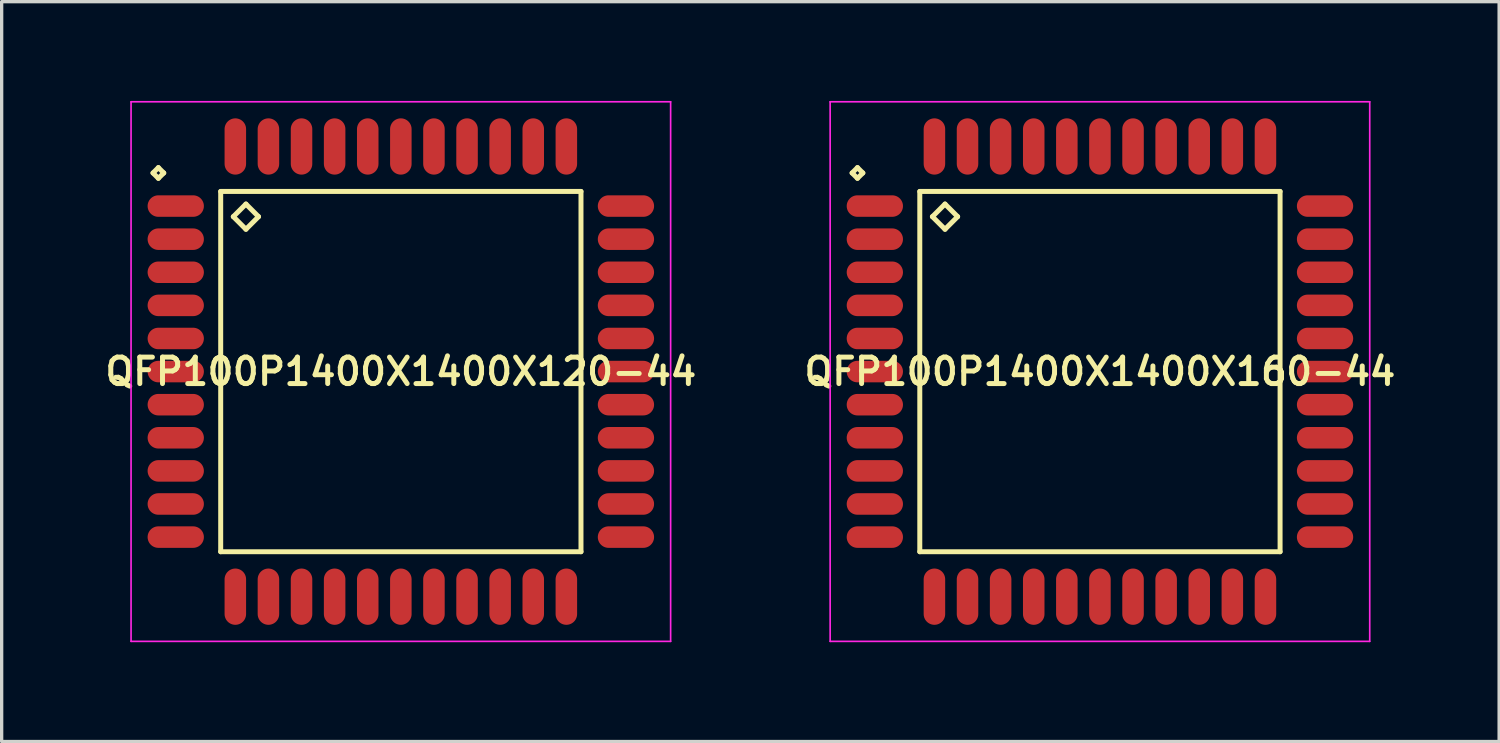
<source format=kicad_pcb>
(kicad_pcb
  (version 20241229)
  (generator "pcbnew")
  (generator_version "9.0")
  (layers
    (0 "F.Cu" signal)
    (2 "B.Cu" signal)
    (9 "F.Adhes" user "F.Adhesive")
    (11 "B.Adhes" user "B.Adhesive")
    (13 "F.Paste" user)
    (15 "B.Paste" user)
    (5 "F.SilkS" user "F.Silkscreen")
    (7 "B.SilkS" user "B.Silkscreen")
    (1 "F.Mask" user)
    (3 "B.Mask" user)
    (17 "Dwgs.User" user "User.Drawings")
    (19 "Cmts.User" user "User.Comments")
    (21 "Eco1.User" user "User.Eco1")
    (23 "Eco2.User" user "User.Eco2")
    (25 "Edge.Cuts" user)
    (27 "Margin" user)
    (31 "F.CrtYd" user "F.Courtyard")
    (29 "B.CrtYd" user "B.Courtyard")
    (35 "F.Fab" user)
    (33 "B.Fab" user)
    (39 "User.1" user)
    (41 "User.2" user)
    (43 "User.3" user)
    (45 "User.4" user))
  (footprint "QFP100P1400X1400X120-44"
    (layer "F.Cu")
    (at 9.059 8.175)
    (property "Reference" "QFP100P1400X1400X120-44" (at 0 0 0) (layer "F.SilkS") (effects (font (size 0.8 0.8) (thickness 0.15))))
    (attr smd)
    (fp_line (start -7.487 -6) (end -7.325 -6.162) (stroke (width 0.15) (type solid)) (layer "F.SilkS"))
    (fp_line (start -7.325 -6.162) (end -7.162 -6) (stroke (width 0.15) (type solid)) (layer "F.SilkS"))
    (fp_line (start -7.325 -5.838) (end -7.487 -6) (stroke (width 0.15) (type solid)) (layer "F.SilkS"))
    (fp_line (start -7.162 -6) (end -7.325 -5.838) (stroke (width 0.15) (type solid)) (layer "F.SilkS"))
    (fp_line (start -5.442 -5.442) (end -5.442 5.442) (stroke (width 0.15) (type solid)) (layer "F.SilkS"))
    (fp_line (start -5.442 5.442) (end 5.442 5.442) (stroke (width 0.15) (type solid)) (layer "F.SilkS"))
    (fp_line (start -5.061 -4.68) (end -4.68 -5.061) (stroke (width 0.15) (type solid)) (layer "F.SilkS"))
    (fp_line (start -4.68 -5.061) (end -4.299 -4.68) (stroke (width 0.15) (type solid)) (layer "F.SilkS"))
    (fp_line (start -4.68 -4.299) (end -5.061 -4.68) (stroke (width 0.15) (type solid)) (layer "F.SilkS"))
    (fp_line (start -4.299 -4.68) (end -4.68 -4.299) (stroke (width 0.15) (type solid)) (layer "F.SilkS"))
    (fp_line (start 5.442 -5.442) (end -5.442 -5.442) (stroke (width 0.15) (type solid)) (layer "F.SilkS"))
    (fp_line (start 5.442 5.442) (end 5.442 -5.442) (stroke (width 0.15) (type solid)) (layer "F.SilkS"))
    (fp_line (start -8.15 -8.15) (end 8.15 -8.15) (stroke (width 0.05) (type solid)) (layer "F.CrtYd"))
    (fp_line (start -8.15 8.15) (end -8.15 -8.15) (stroke (width 0.05) (type solid)) (layer "F.CrtYd"))
    (fp_line (start 8.15 -8.15) (end 8.15 8.15) (stroke (width 0.05) (type solid)) (layer "F.CrtYd"))
    (fp_line (start 8.15 8.15) (end -8.15 8.15) (stroke (width 0.05) (type solid)) (layer "F.CrtYd"))
    (pad "1" smd oval (at -6.8 -5) (size 1.7 0.65) (layers "F.Cu" "F.Mask" "F.Paste"))
    (pad "2" smd oval (at -6.8 -4) (size 1.7 0.65) (layers "F.Cu" "F.Mask" "F.Paste"))
    (pad "3" smd oval (at -6.8 -3) (size 1.7 0.65) (layers "F.Cu" "F.Mask" "F.Paste"))
    (pad "4" smd oval (at -6.8 -2) (size 1.7 0.65) (layers "F.Cu" "F.Mask" "F.Paste"))
    (pad "5" smd oval (at -6.8 -1) (size 1.7 0.65) (layers "F.Cu" "F.Mask" "F.Paste"))
    (pad "6" smd oval (at -6.8 0) (size 1.7 0.65) (layers "F.Cu" "F.Mask" "F.Paste"))
    (pad "7" smd oval (at -6.8 1) (size 1.7 0.65) (layers "F.Cu" "F.Mask" "F.Paste"))
    (pad "8" smd oval (at -6.8 2) (size 1.7 0.65) (layers "F.Cu" "F.Mask" "F.Paste"))
    (pad "9" smd oval (at -6.8 3) (size 1.7 0.65) (layers "F.Cu" "F.Mask" "F.Paste"))
    (pad "10" smd oval (at -6.8 4) (size 1.7 0.65) (layers "F.Cu" "F.Mask" "F.Paste"))
    (pad "11" smd oval (at -6.8 5) (size 1.7 0.65) (layers "F.Cu" "F.Mask" "F.Paste"))
    (pad "12" smd oval (at -5 6.8) (size 0.65 1.7) (layers "F.Cu" "F.Mask" "F.Paste"))
    (pad "13" smd oval (at -4 6.8) (size 0.65 1.7) (layers "F.Cu" "F.Mask" "F.Paste"))
    (pad "14" smd oval (at -3 6.8) (size 0.65 1.7) (layers "F.Cu" "F.Mask" "F.Paste"))
    (pad "15" smd oval (at -2 6.8) (size 0.65 1.7) (layers "F.Cu" "F.Mask" "F.Paste"))
    (pad "16" smd oval (at -1 6.8) (size 0.65 1.7) (layers "F.Cu" "F.Mask" "F.Paste"))
    (pad "17" smd oval (at 0 6.8) (size 0.65 1.7) (layers "F.Cu" "F.Mask" "F.Paste"))
    (pad "18" smd oval (at 1 6.8) (size 0.65 1.7) (layers "F.Cu" "F.Mask" "F.Paste"))
    (pad "19" smd oval (at 2 6.8) (size 0.65 1.7) (layers "F.Cu" "F.Mask" "F.Paste"))
    (pad "20" smd oval (at 3 6.8) (size 0.65 1.7) (layers "F.Cu" "F.Mask" "F.Paste"))
    (pad "21" smd oval (at 4 6.8) (size 0.65 1.7) (layers "F.Cu" "F.Mask" "F.Paste"))
    (pad "22" smd oval (at 5 6.8) (size 0.65 1.7) (layers "F.Cu" "F.Mask" "F.Paste"))
    (pad "23" smd oval (at 6.8 5) (size 1.7 0.65) (layers "F.Cu" "F.Mask" "F.Paste"))
    (pad "24" smd oval (at 6.8 4) (size 1.7 0.65) (layers "F.Cu" "F.Mask" "F.Paste"))
    (pad "25" smd oval (at 6.8 3) (size 1.7 0.65) (layers "F.Cu" "F.Mask" "F.Paste"))
    (pad "26" smd oval (at 6.8 2) (size 1.7 0.65) (layers "F.Cu" "F.Mask" "F.Paste"))
    (pad "27" smd oval (at 6.8 1) (size 1.7 0.65) (layers "F.Cu" "F.Mask" "F.Paste"))
    (pad "28" smd oval (at 6.8 0) (size 1.7 0.65) (layers "F.Cu" "F.Mask" "F.Paste"))
    (pad "29" smd oval (at 6.8 -1) (size 1.7 0.65) (layers "F.Cu" "F.Mask" "F.Paste"))
    (pad "30" smd oval (at 6.8 -2) (size 1.7 0.65) (layers "F.Cu" "F.Mask" "F.Paste"))
    (pad "31" smd oval (at 6.8 -3) (size 1.7 0.65) (layers "F.Cu" "F.Mask" "F.Paste"))
    (pad "32" smd oval (at 6.8 -4) (size 1.7 0.65) (layers "F.Cu" "F.Mask" "F.Paste"))
    (pad "33" smd oval (at 6.8 -5) (size 1.7 0.65) (layers "F.Cu" "F.Mask" "F.Paste"))
    (pad "34" smd oval (at 5 -6.8) (size 0.65 1.7) (layers "F.Cu" "F.Mask" "F.Paste"))
    (pad "35" smd oval (at 4 -6.8) (size 0.65 1.7) (layers "F.Cu" "F.Mask" "F.Paste"))
    (pad "36" smd oval (at 3 -6.8) (size 0.65 1.7) (layers "F.Cu" "F.Mask" "F.Paste"))
    (pad "37" smd oval (at 2 -6.8) (size 0.65 1.7) (layers "F.Cu" "F.Mask" "F.Paste"))
    (pad "38" smd oval (at 1 -6.8) (size 0.65 1.7) (layers "F.Cu" "F.Mask" "F.Paste"))
    (pad "39" smd oval (at 0 -6.8) (size 0.65 1.7) (layers "F.Cu" "F.Mask" "F.Paste"))
    (pad "40" smd oval (at -1 -6.8) (size 0.65 1.7) (layers "F.Cu" "F.Mask" "F.Paste"))
    (pad "41" smd oval (at -2 -6.8) (size 0.65 1.7) (layers "F.Cu" "F.Mask" "F.Paste"))
    (pad "42" smd oval (at -3 -6.8) (size 0.65 1.7) (layers "F.Cu" "F.Mask" "F.Paste"))
    (pad "43" smd oval (at -4 -6.8) (size 0.65 1.7) (layers "F.Cu" "F.Mask" "F.Paste"))
    (pad "44" smd oval (at -5 -6.8) (size 0.65 1.7) (layers "F.Cu" "F.Mask" "F.Paste")))
  (footprint "QFP100P1400X1400X160-44"
    (layer "F.Cu")
    (at 30.178 8.175)
    (property "Reference" "QFP100P1400X1400X160-44" (at 0 0 0) (layer "F.SilkS") (effects (font (size 0.8 0.8) (thickness 0.15))))
    (attr smd)
    (fp_line (start -7.487 -6) (end -7.325 -6.162) (stroke (width 0.15) (type solid)) (layer "F.SilkS"))
    (fp_line (start -7.325 -6.162) (end -7.162 -6) (stroke (width 0.15) (type solid)) (layer "F.SilkS"))
    (fp_line (start -7.325 -5.838) (end -7.487 -6) (stroke (width 0.15) (type solid)) (layer "F.SilkS"))
    (fp_line (start -7.162 -6) (end -7.325 -5.838) (stroke (width 0.15) (type solid)) (layer "F.SilkS"))
    (fp_line (start -5.442 -5.442) (end -5.442 5.442) (stroke (width 0.15) (type solid)) (layer "F.SilkS"))
    (fp_line (start -5.442 5.442) (end 5.442 5.442) (stroke (width 0.15) (type solid)) (layer "F.SilkS"))
    (fp_line (start -5.061 -4.68) (end -4.68 -5.061) (stroke (width 0.15) (type solid)) (layer "F.SilkS"))
    (fp_line (start -4.68 -5.061) (end -4.299 -4.68) (stroke (width 0.15) (type solid)) (layer "F.SilkS"))
    (fp_line (start -4.68 -4.299) (end -5.061 -4.68) (stroke (width 0.15) (type solid)) (layer "F.SilkS"))
    (fp_line (start -4.299 -4.68) (end -4.68 -4.299) (stroke (width 0.15) (type solid)) (layer "F.SilkS"))
    (fp_line (start 5.442 -5.442) (end -5.442 -5.442) (stroke (width 0.15) (type solid)) (layer "F.SilkS"))
    (fp_line (start 5.442 5.442) (end 5.442 -5.442) (stroke (width 0.15) (type solid)) (layer "F.SilkS"))
    (fp_line (start -8.15 -8.15) (end 8.15 -8.15) (stroke (width 0.05) (type solid)) (layer "F.CrtYd"))
    (fp_line (start -8.15 8.15) (end -8.15 -8.15) (stroke (width 0.05) (type solid)) (layer "F.CrtYd"))
    (fp_line (start 8.15 -8.15) (end 8.15 8.15) (stroke (width 0.05) (type solid)) (layer "F.CrtYd"))
    (fp_line (start 8.15 8.15) (end -8.15 8.15) (stroke (width 0.05) (type solid)) (layer "F.CrtYd"))
    (pad "1" smd oval (at -6.8 -5) (size 1.7 0.65) (layers "F.Cu" "F.Mask" "F.Paste"))
    (pad "2" smd oval (at -6.8 -4) (size 1.7 0.65) (layers "F.Cu" "F.Mask" "F.Paste"))
    (pad "3" smd oval (at -6.8 -3) (size 1.7 0.65) (layers "F.Cu" "F.Mask" "F.Paste"))
    (pad "4" smd oval (at -6.8 -2) (size 1.7 0.65) (layers "F.Cu" "F.Mask" "F.Paste"))
    (pad "5" smd oval (at -6.8 -1) (size 1.7 0.65) (layers "F.Cu" "F.Mask" "F.Paste"))
    (pad "6" smd oval (at -6.8 0) (size 1.7 0.65) (layers "F.Cu" "F.Mask" "F.Paste"))
    (pad "7" smd oval (at -6.8 1) (size 1.7 0.65) (layers "F.Cu" "F.Mask" "F.Paste"))
    (pad "8" smd oval (at -6.8 2) (size 1.7 0.65) (layers "F.Cu" "F.Mask" "F.Paste"))
    (pad "9" smd oval (at -6.8 3) (size 1.7 0.65) (layers "F.Cu" "F.Mask" "F.Paste"))
    (pad "10" smd oval (at -6.8 4) (size 1.7 0.65) (layers "F.Cu" "F.Mask" "F.Paste"))
    (pad "11" smd oval (at -6.8 5) (size 1.7 0.65) (layers "F.Cu" "F.Mask" "F.Paste"))
    (pad "12" smd oval (at -5 6.8) (size 0.65 1.7) (layers "F.Cu" "F.Mask" "F.Paste"))
    (pad "13" smd oval (at -4 6.8) (size 0.65 1.7) (layers "F.Cu" "F.Mask" "F.Paste"))
    (pad "14" smd oval (at -3 6.8) (size 0.65 1.7) (layers "F.Cu" "F.Mask" "F.Paste"))
    (pad "15" smd oval (at -2 6.8) (size 0.65 1.7) (layers "F.Cu" "F.Mask" "F.Paste"))
    (pad "16" smd oval (at -1 6.8) (size 0.65 1.7) (layers "F.Cu" "F.Mask" "F.Paste"))
    (pad "17" smd oval (at 0 6.8) (size 0.65 1.7) (layers "F.Cu" "F.Mask" "F.Paste"))
    (pad "18" smd oval (at 1 6.8) (size 0.65 1.7) (layers "F.Cu" "F.Mask" "F.Paste"))
    (pad "19" smd oval (at 2 6.8) (size 0.65 1.7) (layers "F.Cu" "F.Mask" "F.Paste"))
    (pad "20" smd oval (at 3 6.8) (size 0.65 1.7) (layers "F.Cu" "F.Mask" "F.Paste"))
    (pad "21" smd oval (at 4 6.8) (size 0.65 1.7) (layers "F.Cu" "F.Mask" "F.Paste"))
    (pad "22" smd oval (at 5 6.8) (size 0.65 1.7) (layers "F.Cu" "F.Mask" "F.Paste"))
    (pad "23" smd oval (at 6.8 5) (size 1.7 0.65) (layers "F.Cu" "F.Mask" "F.Paste"))
    (pad "24" smd oval (at 6.8 4) (size 1.7 0.65) (layers "F.Cu" "F.Mask" "F.Paste"))
    (pad "25" smd oval (at 6.8 3) (size 1.7 0.65) (layers "F.Cu" "F.Mask" "F.Paste"))
    (pad "26" smd oval (at 6.8 2) (size 1.7 0.65) (layers "F.Cu" "F.Mask" "F.Paste"))
    (pad "27" smd oval (at 6.8 1) (size 1.7 0.65) (layers "F.Cu" "F.Mask" "F.Paste"))
    (pad "28" smd oval (at 6.8 0) (size 1.7 0.65) (layers "F.Cu" "F.Mask" "F.Paste"))
    (pad "29" smd oval (at 6.8 -1) (size 1.7 0.65) (layers "F.Cu" "F.Mask" "F.Paste"))
    (pad "30" smd oval (at 6.8 -2) (size 1.7 0.65) (layers "F.Cu" "F.Mask" "F.Paste"))
    (pad "31" smd oval (at 6.8 -3) (size 1.7 0.65) (layers "F.Cu" "F.Mask" "F.Paste"))
    (pad "32" smd oval (at 6.8 -4) (size 1.7 0.65) (layers "F.Cu" "F.Mask" "F.Paste"))
    (pad "33" smd oval (at 6.8 -5) (size 1.7 0.65) (layers "F.Cu" "F.Mask" "F.Paste"))
    (pad "34" smd oval (at 5 -6.8) (size 0.65 1.7) (layers "F.Cu" "F.Mask" "F.Paste"))
    (pad "35" smd oval (at 4 -6.8) (size 0.65 1.7) (layers "F.Cu" "F.Mask" "F.Paste"))
    (pad "36" smd oval (at 3 -6.8) (size 0.65 1.7) (layers "F.Cu" "F.Mask" "F.Paste"))
    (pad "37" smd oval (at 2 -6.8) (size 0.65 1.7) (layers "F.Cu" "F.Mask" "F.Paste"))
    (pad "38" smd oval (at 1 -6.8) (size 0.65 1.7) (layers "F.Cu" "F.Mask" "F.Paste"))
    (pad "39" smd oval (at 0 -6.8) (size 0.65 1.7) (layers "F.Cu" "F.Mask" "F.Paste"))
    (pad "40" smd oval (at -1 -6.8) (size 0.65 1.7) (layers "F.Cu" "F.Mask" "F.Paste"))
    (pad "41" smd oval (at -2 -6.8) (size 0.65 1.7) (layers "F.Cu" "F.Mask" "F.Paste"))
    (pad "42" smd oval (at -3 -6.8) (size 0.65 1.7) (layers "F.Cu" "F.Mask" "F.Paste"))
    (pad "43" smd oval (at -4 -6.8) (size 0.65 1.7) (layers "F.Cu" "F.Mask" "F.Paste"))
    (pad "44" smd oval (at -5 -6.8) (size 0.65 1.7) (layers "F.Cu" "F.Mask" "F.Paste")))
  (gr_rect
    (start -3 -3)
    (end 42.237 19.35)
    (stroke (width 0.1) (type default))
    (fill no)
    (layer "Edge.Cuts")))
</source>
